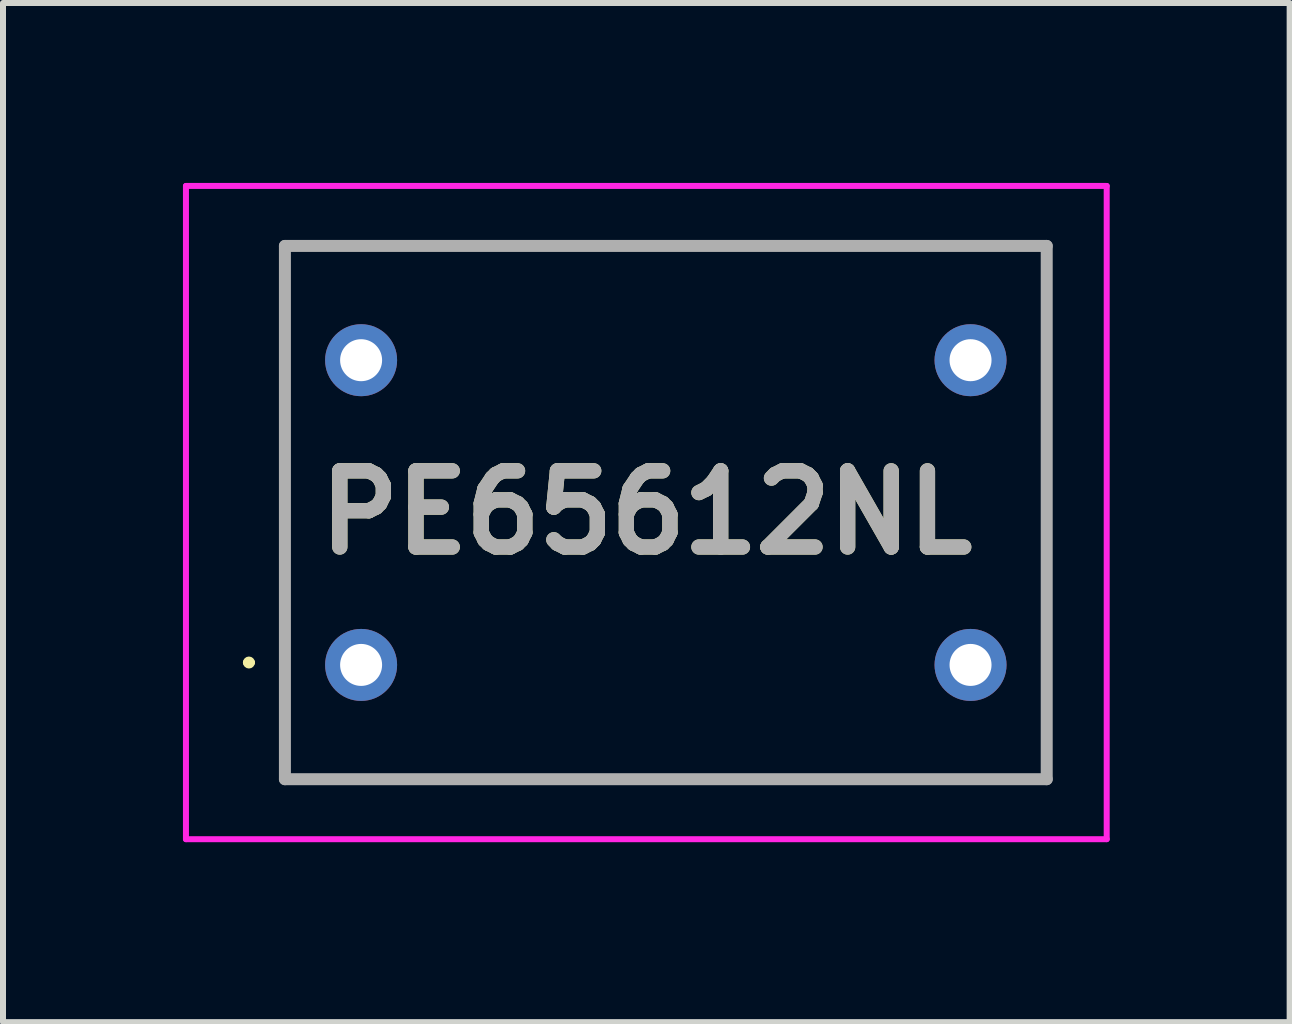
<source format=kicad_pcb>
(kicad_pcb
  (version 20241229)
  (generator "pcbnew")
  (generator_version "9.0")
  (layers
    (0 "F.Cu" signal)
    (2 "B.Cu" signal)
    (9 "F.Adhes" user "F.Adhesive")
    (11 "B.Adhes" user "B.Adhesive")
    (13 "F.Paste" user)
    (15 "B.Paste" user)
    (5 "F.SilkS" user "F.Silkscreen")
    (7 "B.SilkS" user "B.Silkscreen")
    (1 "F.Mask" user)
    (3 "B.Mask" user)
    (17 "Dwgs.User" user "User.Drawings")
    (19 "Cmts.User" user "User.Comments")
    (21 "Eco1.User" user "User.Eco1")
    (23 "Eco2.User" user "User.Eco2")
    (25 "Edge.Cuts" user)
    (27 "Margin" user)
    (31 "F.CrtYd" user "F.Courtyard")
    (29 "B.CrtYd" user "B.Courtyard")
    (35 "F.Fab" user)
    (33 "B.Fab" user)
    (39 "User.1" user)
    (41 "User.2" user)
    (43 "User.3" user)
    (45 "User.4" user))
  (footprint "PE65612NL"
    (layer "F.Cu")
    (at 2.97 8.035)
    (property "Reference" "PE65612NL" (at 4.755 -2.54 0) (layer "F.SilkS") (effects (font (size 1.27 1.27) (thickness 0.254))))
    (attr through_hole)
    (fp_line (start -1.92 -0.04) (end -1.92 -0.04) (stroke (width 0.1) (type solid)) (layer "F.SilkS"))
    (fp_line (start -1.82 -0.04) (end -1.82 -0.04) (stroke (width 0.1) (type solid)) (layer "F.SilkS"))
    (fp_line (start -1.27 -6.985) (end 11.43 -6.985) (stroke (width 0.1) (type solid)) (layer "F.SilkS"))
    (fp_line (start -1.27 1.905) (end -1.27 -6.985) (stroke (width 0.1) (type solid)) (layer "F.SilkS"))
    (fp_line (start 11.43 -6.985) (end 11.43 1.905) (stroke (width 0.1) (type solid)) (layer "F.SilkS"))
    (fp_line (start 11.43 1.905) (end -1.27 1.905) (stroke (width 0.1) (type solid)) (layer "F.SilkS"))
    (fp_arc (start -1.92 -0.04) (mid -1.87 -0.09) (end -1.82 -0.04) (stroke (width 0.1) (type solid)) (layer "F.SilkS"))
    (fp_arc (start -1.82 -0.04) (mid -1.87 0.01) (end -1.92 -0.04) (stroke (width 0.1) (type solid)) (layer "F.SilkS"))
    (fp_line (start -2.92 -7.985) (end 12.43 -7.985) (stroke (width 0.1) (type solid)) (layer "F.CrtYd"))
    (fp_line (start -2.92 2.905) (end -2.92 -7.985) (stroke (width 0.1) (type solid)) (layer "F.CrtYd"))
    (fp_line (start 12.43 -7.985) (end 12.43 2.905) (stroke (width 0.1) (type solid)) (layer "F.CrtYd"))
    (fp_line (start 12.43 2.905) (end -2.92 2.905) (stroke (width 0.1) (type solid)) (layer "F.CrtYd"))
    (fp_line (start -1.27 -6.985) (end 11.43 -6.985) (stroke (width 0.2) (type solid)) (layer "F.Fab"))
    (fp_line (start -1.27 1.905) (end -1.27 -6.985) (stroke (width 0.2) (type solid)) (layer "F.Fab"))
    (fp_line (start 11.43 -6.985) (end 11.43 1.905) (stroke (width 0.2) (type solid)) (layer "F.Fab"))
    (fp_line (start 11.43 1.905) (end -1.27 1.905) (stroke (width 0.2) (type solid)) (layer "F.Fab"))
    (fp_text user "${REFERENCE}" (at 4.755 -2.54 0) (layer "F.Fab") (effects (font (size 1.27 1.27) (thickness 0.254))))
    (pad "1" thru_hole circle (at 0 0) (size 1.2 1.2) (drill 0.7) (layers "*.Cu" "*.Mask"))
    (pad "2" thru_hole circle (at 0 -5.08) (size 1.2 1.2) (drill 0.7) (layers "*.Cu" "*.Mask"))
    (pad "3" thru_hole circle (at 10.16 0) (size 1.2 1.2) (drill 0.7) (layers "*.Cu" "*.Mask"))
    (pad "4" thru_hole circle (at 10.16 -5.08) (size 1.2 1.2) (drill 0.7) (layers "*.Cu" "*.Mask")))
  (gr_rect
    (start -3 -3)
    (end 18.45 13.99)
    (stroke (width 0.1) (type default))
    (fill no)
    (layer "Edge.Cuts")))
</source>
